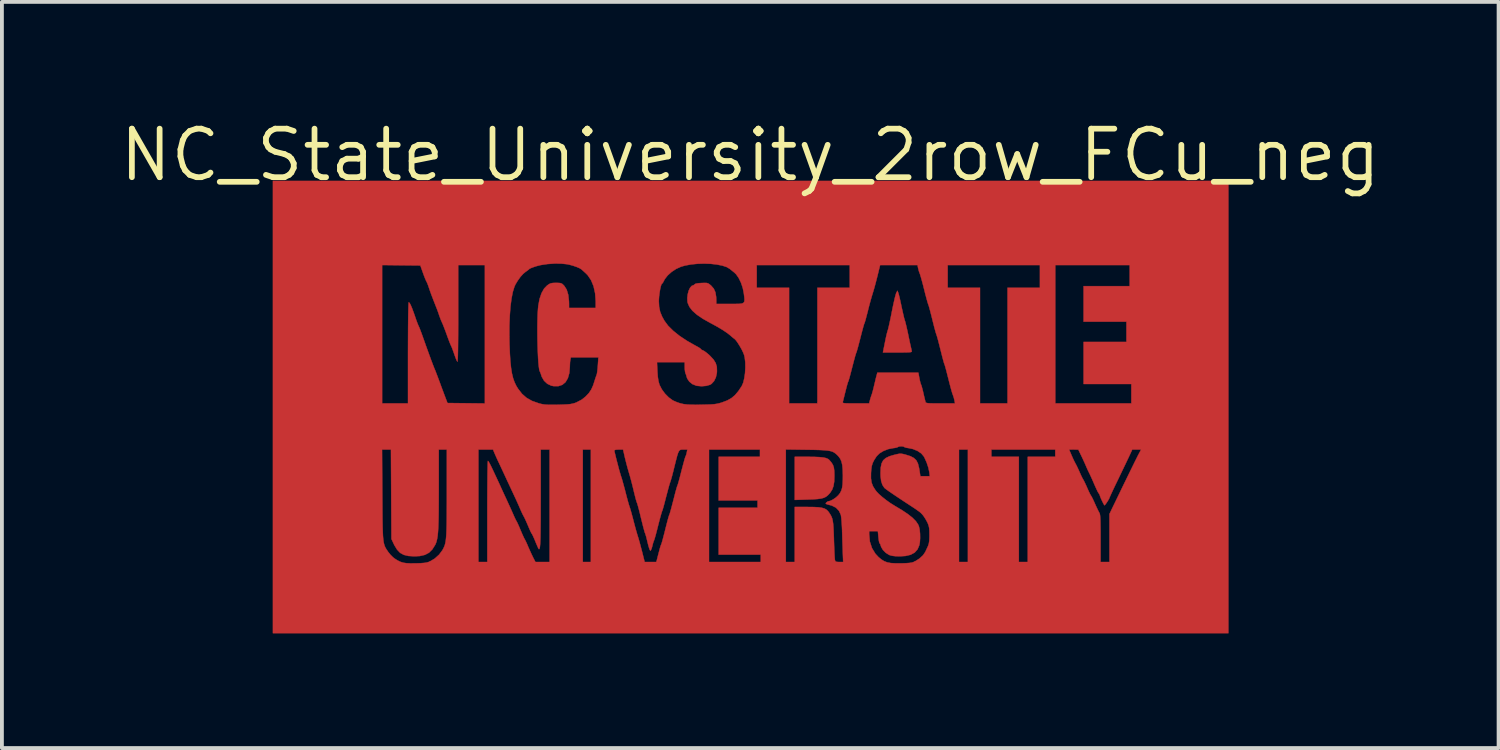
<source format=kicad_pcb>
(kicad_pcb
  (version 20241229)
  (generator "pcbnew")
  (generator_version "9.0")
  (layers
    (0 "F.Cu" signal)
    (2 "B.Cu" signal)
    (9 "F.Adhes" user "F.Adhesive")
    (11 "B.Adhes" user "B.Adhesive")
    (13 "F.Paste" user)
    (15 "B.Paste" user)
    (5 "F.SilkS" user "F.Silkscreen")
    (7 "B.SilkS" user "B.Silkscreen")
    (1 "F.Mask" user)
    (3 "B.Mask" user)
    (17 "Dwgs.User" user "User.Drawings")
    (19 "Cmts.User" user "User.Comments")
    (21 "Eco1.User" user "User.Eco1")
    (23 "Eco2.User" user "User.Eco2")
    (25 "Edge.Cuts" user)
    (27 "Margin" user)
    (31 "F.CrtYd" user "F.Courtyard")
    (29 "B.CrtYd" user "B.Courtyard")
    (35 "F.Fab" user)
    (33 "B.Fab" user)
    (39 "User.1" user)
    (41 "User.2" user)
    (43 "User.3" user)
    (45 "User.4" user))
  (footprint "NC_State_University_2row_FCu_neg"
    (layer "F.Cu")
    (at 16.578 1.006)
    (property "Reference" "NC_State_University_2row_FCu_neg" (at 0 0 0) (layer "F.SilkS") (effects (font (size 1.27 1.27) (thickness 0.15))))
    (attr through_hole)
    (fp_poly (pts (xy 1.519 7.895) (xy 1.685 7.897) (xy 1.815 7.903) (xy 1.913 7.913) (xy 1.985 7.929) (xy 2.036 7.952) (xy 2.07 7.98) (xy 2.126 8.047) (xy 2.164 8.109) (xy 2.187 8.176) (xy 2.198 8.262) (xy 2.201 8.376) (xy 2.201 8.399) (xy 2.196 8.546) (xy 2.177 8.661) (xy 2.143 8.754) (xy 2.091 8.835) (xy 2.079 8.849) (xy 2.031 8.9) (xy 1.983 8.939) (xy 1.927 8.967) (xy 1.857 8.986) (xy 1.764 8.999) (xy 1.643 9.007) (xy 1.508 9.012) (xy 1.164 9.023) (xy 1.164 7.895) (xy 1.519 7.895)) (stroke (width 0.01) (type solid)) (fill yes) (layer "F.Cu"))
    (fp_poly (pts (xy 3.871 3.6) (xy 3.883 3.638) (xy 3.901 3.709) (xy 3.923 3.804) (xy 3.947 3.915) (xy 3.958 3.969) (xy 3.983 4.082) (xy 4.006 4.184) (xy 4.025 4.265) (xy 4.04 4.317) (xy 4.044 4.329) (xy 4.055 4.363) (xy 4.072 4.43) (xy 4.094 4.524) (xy 4.119 4.636) (xy 4.139 4.731) (xy 4.164 4.851) (xy 4.187 4.959) (xy 4.207 5.046) (xy 4.22 5.105) (xy 4.225 5.128) (xy 4.226 5.141) (xy 4.217 5.15) (xy 4.192 5.157) (xy 4.146 5.161) (xy 4.072 5.164) (xy 3.966 5.165) (xy 3.853 5.165) (xy 3.471 5.165) (xy 3.481 5.117) (xy 3.489 5.077) (xy 3.503 5.006) (xy 3.521 4.917) (xy 3.535 4.847) (xy 3.555 4.751) (xy 3.575 4.667) (xy 3.591 4.606) (xy 3.599 4.583) (xy 3.609 4.55) (xy 3.625 4.482) (xy 3.646 4.387) (xy 3.671 4.27) (xy 3.697 4.14) (xy 3.704 4.102) (xy 3.731 3.968) (xy 3.758 3.845) (xy 3.782 3.739) (xy 3.803 3.66) (xy 3.817 3.613) (xy 3.82 3.607) (xy 3.85 3.549) (xy 3.871 3.6)) (stroke (width 0.01) (type solid)) (fill yes) (layer "F.Cu"))
    (fp_poly (pts (xy 12.509 12.509) (xy -12.488 12.509) (xy -12.488 7.705) (xy -9.633 7.705) (xy -9.626 8.885) (xy -9.624 9.15) (xy -9.623 9.376) (xy -9.621 9.567) (xy -9.618 9.726) (xy -9.614 9.858) (xy -9.609 9.966) (xy -9.601 10.053) (xy -9.592 10.123) (xy -9.579 10.18) (xy -9.564 10.228) (xy -9.545 10.269) (xy -9.523 10.308) (xy -9.496 10.348) (xy -9.472 10.384) (xy -9.414 10.456) (xy -9.348 10.522) (xy -9.307 10.555) (xy -9.227 10.606) (xy -9.156 10.641) (xy -9.082 10.665) (xy -8.997 10.678) (xy -8.89 10.683) (xy -8.751 10.682) (xy -8.742 10.682) (xy -8.62 10.678) (xy -8.53 10.671) (xy -8.463 10.66) (xy -8.407 10.644) (xy -8.379 10.632) (xy -8.254 10.557) (xy -8.14 10.454) (xy -8.055 10.34) (xy -8.031 10.297) (xy -8.011 10.255) (xy -7.993 10.21) (xy -7.979 10.158) (xy -7.967 10.096) (xy -7.958 10.019) (xy -7.951 9.926) (xy -7.946 9.811) (xy -7.942 9.671) (xy -7.94 9.503) (xy -7.939 9.303) (xy -7.938 9.067) (xy -7.938 8.842) (xy -7.938 7.705) (xy -7.112 7.705) (xy -7.112 10.647) (xy -6.879 10.647) (xy -6.879 9.324) (xy -6.879 9.092) (xy -6.878 8.872) (xy -6.877 8.669) (xy -6.875 8.487) (xy -6.874 8.328) (xy -6.871 8.196) (xy -6.869 8.096) (xy -6.866 8.03) (xy -6.863 8.002) (xy -6.863 8.001) (xy -6.849 8.016) (xy -6.821 8.063) (xy -6.78 8.143) (xy -6.725 8.258) (xy -6.655 8.408) (xy -6.568 8.595) (xy -6.54 8.657) (xy -6.488 8.771) (xy -6.433 8.891) (xy -6.382 9) (xy -6.35 9.07) (xy -6.302 9.174) (xy -6.25 9.289) (xy -6.205 9.391) (xy -6.202 9.398) (xy -6.168 9.475) (xy -6.138 9.538) (xy -6.118 9.575) (xy -6.115 9.579) (xy -6.1 9.607) (xy -6.073 9.665) (xy -6.038 9.744) (xy -6.01 9.812) (xy -5.972 9.901) (xy -5.939 9.975) (xy -5.915 10.026) (xy -5.905 10.044) (xy -5.889 10.073) (xy -5.861 10.13) (xy -5.827 10.206) (xy -5.811 10.246) (xy -5.768 10.342) (xy -5.724 10.439) (xy -5.685 10.52) (xy -5.677 10.536) (xy -5.62 10.647) (xy -5.435 10.647) (xy -5.249 10.647) (xy -5.249 7.705) (xy -4.381 7.705) (xy -4.381 10.647) (xy -4.17 10.647) (xy -4.17 7.728) (xy -3.556 7.728) (xy -3.551 7.759) (xy -3.536 7.823) (xy -3.515 7.91) (xy -3.489 8.012) (xy -3.461 8.119) (xy -3.434 8.222) (xy -3.408 8.314) (xy -3.387 8.385) (xy -3.374 8.424) (xy -3.359 8.47) (xy -3.337 8.548) (xy -3.309 8.649) (xy -3.278 8.764) (xy -3.262 8.827) (xy -3.232 8.943) (xy -3.204 9.048) (xy -3.18 9.133) (xy -3.162 9.191) (xy -3.156 9.208) (xy -3.143 9.247) (xy -3.122 9.318) (xy -3.096 9.412) (xy -3.067 9.52) (xy -3.058 9.557) (xy -3.027 9.675) (xy -2.996 9.789) (xy -2.968 9.887) (xy -2.947 9.959) (xy -2.943 9.97) (xy -2.923 10.035) (xy -2.896 10.129) (xy -2.866 10.241) (xy -2.836 10.356) (xy -2.833 10.366) (xy -2.762 10.647) (xy -2.457 10.647) (xy -2.436 10.567) (xy -2.42 10.503) (xy -2.398 10.419) (xy -2.381 10.354) (xy -2.361 10.278) (xy -2.341 10.216) (xy -2.328 10.184) (xy -2.317 10.153) (xy -2.298 10.088) (xy -2.274 9.997) (xy -2.245 9.887) (xy -2.221 9.79) (xy -2.191 9.671) (xy -2.164 9.567) (xy -2.141 9.483) (xy -2.124 9.428) (xy -2.116 9.409) (xy -2.106 9.382) (xy -2.088 9.321) (xy -2.064 9.234) (xy -2.036 9.126) (xy -2.01 9.028) (xy -1.98 8.909) (xy -1.953 8.805) (xy -1.929 8.721) (xy -1.913 8.666) (xy -1.905 8.647) (xy -1.895 8.62) (xy -1.877 8.559) (xy -1.853 8.472) (xy -1.825 8.364) (xy -1.8 8.266) (xy -1.769 8.147) (xy -1.741 8.043) (xy -1.718 7.959) (xy -1.701 7.904) (xy -1.693 7.885) (xy -1.678 7.851) (xy -1.663 7.796) (xy -1.661 7.784) (xy -1.646 7.705) (xy -1.079 7.705) (xy -1.079 10.647) (xy 0.275 10.647) (xy 0.931 10.647) (xy 1.164 10.647) (xy 1.164 9.207) (xy 1.502 9.207) (xy 1.659 9.209) (xy 1.781 9.215) (xy 1.872 9.228) (xy 1.941 9.248) (xy 1.994 9.278) (xy 2.036 9.319) (xy 2.061 9.352) (xy 2.095 9.404) (xy 2.122 9.453) (xy 2.143 9.506) (xy 2.158 9.569) (xy 2.169 9.647) (xy 2.177 9.748) (xy 2.183 9.878) (xy 2.189 10.043) (xy 2.189 10.065) (xy 2.194 10.207) (xy 2.199 10.337) (xy 2.204 10.448) (xy 2.209 10.533) (xy 2.214 10.587) (xy 2.216 10.599) (xy 2.228 10.628) (xy 2.256 10.643) (xy 2.312 10.647) (xy 2.329 10.647) (xy 2.431 10.647) (xy 2.422 10.419) (xy 2.419 10.313) (xy 2.414 10.18) (xy 2.409 10.034) (xy 2.405 9.891) (xy 2.404 9.852) (xy 2.404 9.842) (xy 3.111 9.842) (xy 3.111 9.923) (xy 3.129 10.114) (xy 3.184 10.283) (xy 3.274 10.431) (xy 3.356 10.519) (xy 3.431 10.581) (xy 3.504 10.626) (xy 3.584 10.657) (xy 3.68 10.675) (xy 3.801 10.682) (xy 3.954 10.682) (xy 3.958 10.682) (xy 4.076 10.678) (xy 4.16 10.672) (xy 4.222 10.663) (xy 4.271 10.648) (xy 4.312 10.63) (xy 4.428 10.556) (xy 4.52 10.471) (xy 4.58 10.383) (xy 4.58 10.382) (xy 4.613 10.311) (xy 4.648 10.236) (xy 4.651 10.229) (xy 4.671 10.171) (xy 4.683 10.096) (xy 4.688 9.993) (xy 4.688 9.938) (xy 4.687 9.834) (xy 4.681 9.759) (xy 4.669 9.7) (xy 4.648 9.642) (xy 4.632 9.607) (xy 4.589 9.528) (xy 4.54 9.452) (xy 4.511 9.414) (xy 4.491 9.392) (xy 4.472 9.372) (xy 4.45 9.352) (xy 4.421 9.328) (xy 4.379 9.299) (xy 4.323 9.259) (xy 4.246 9.208) (xy 4.144 9.141) (xy 4.014 9.056) (xy 3.916 8.991) (xy 3.803 8.916) (xy 3.7 8.846) (xy 3.613 8.786) (xy 3.549 8.739) (xy 3.513 8.711) (xy 3.509 8.707) (xy 3.458 8.629) (xy 3.425 8.53) (xy 3.41 8.402) (xy 3.408 8.322) (xy 3.414 8.178) (xy 3.436 8.069) (xy 3.478 7.988) (xy 3.545 7.928) (xy 3.642 7.881) (xy 3.749 7.849) (xy 3.837 7.827) (xy 3.898 7.815) (xy 3.948 7.814) (xy 3.999 7.822) (xy 4.066 7.839) (xy 4.068 7.84) (xy 4.191 7.879) (xy 4.28 7.926) (xy 4.344 7.987) (xy 4.387 8.071) (xy 4.416 8.186) (xy 4.429 8.26) (xy 4.45 8.403) (xy 4.698 8.403) (xy 4.686 8.303) (xy 4.66 8.179) (xy 4.615 8.043) (xy 4.558 7.916) (xy 4.54 7.884) (xy 4.474 7.806) (xy 4.377 7.741) (xy 4.29 7.705) (xy 5.461 7.705) (xy 5.461 10.647) (xy 5.694 10.647) (xy 5.694 7.705) (xy 6.308 7.705) (xy 6.308 7.895) (xy 7.027 7.895) (xy 7.027 10.647) (xy 7.26 10.647) (xy 7.26 7.895) (xy 7.98 7.895) (xy 7.98 7.705) (xy 8.342 7.705) (xy 8.404 7.851) (xy 8.441 7.935) (xy 8.478 8.013) (xy 8.507 8.068) (xy 8.507 8.068) (xy 8.536 8.122) (xy 8.573 8.2) (xy 8.612 8.285) (xy 8.617 8.297) (xy 8.652 8.376) (xy 8.684 8.442) (xy 8.706 8.483) (xy 8.71 8.488) (xy 8.728 8.52) (xy 8.758 8.582) (xy 8.795 8.661) (xy 8.816 8.71) (xy 8.853 8.793) (xy 8.885 8.859) (xy 8.907 8.902) (xy 8.915 8.912) (xy 8.929 8.935) (xy 8.957 8.988) (xy 8.992 9.063) (xy 9.019 9.124) (xy 9.059 9.212) (xy 9.096 9.29) (xy 9.125 9.346) (xy 9.136 9.366) (xy 9.145 9.387) (xy 9.152 9.426) (xy 9.157 9.486) (xy 9.161 9.572) (xy 9.163 9.688) (xy 9.165 9.838) (xy 9.165 10.026) (xy 9.165 10.027) (xy 9.165 10.647) (xy 9.398 10.647) (xy 9.398 9.391) (xy 9.485 9.209) (xy 9.571 9.032) (xy 9.659 8.85) (xy 9.746 8.669) (xy 9.832 8.493) (xy 9.913 8.327) (xy 9.987 8.176) (xy 10.051 8.045) (xy 10.104 7.939) (xy 10.142 7.862) (xy 10.161 7.826) (xy 10.225 7.705) (xy 9.994 7.705) (xy 9.948 7.805) (xy 9.914 7.878) (xy 9.866 7.979) (xy 9.803 8.111) (xy 9.724 8.275) (xy 9.629 8.474) (xy 9.548 8.641) (xy 9.498 8.746) (xy 9.455 8.838) (xy 9.422 8.91) (xy 9.402 8.955) (xy 9.398 8.966) (xy 9.387 8.992) (xy 9.361 9.038) (xy 9.328 9.09) (xy 9.295 9.136) (xy 9.273 9.162) (xy 9.269 9.164) (xy 9.255 9.147) (xy 9.231 9.103) (xy 9.202 9.044) (xy 9.174 8.983) (xy 9.153 8.93) (xy 9.144 8.9) (xy 9.144 8.9) (xy 9.132 8.871) (xy 9.116 8.849) (xy 9.095 8.816) (xy 9.064 8.753) (xy 9.028 8.674) (xy 9.011 8.636) (xy 8.968 8.536) (xy 8.922 8.433) (xy 8.881 8.345) (xy 8.873 8.329) (xy 8.833 8.247) (xy 8.797 8.167) (xy 8.776 8.117) (xy 8.75 8.058) (xy 8.712 7.975) (xy 8.671 7.887) (xy 8.662 7.869) (xy 8.583 7.706) (xy 8.342 7.705) (xy 7.98 7.705) (xy 6.308 7.705) (xy 5.694 7.705) (xy 5.461 7.705) (xy 4.29 7.705) (xy 4.26 7.692) (xy 4.152 7.669) (xy 4.088 7.659) (xy 4.043 7.646) (xy 4.03 7.638) (xy 4.002 7.625) (xy 3.953 7.62) (xy 3.901 7.624) (xy 3.868 7.635) (xy 3.865 7.638) (xy 3.839 7.65) (xy 3.785 7.662) (xy 3.738 7.668) (xy 3.607 7.694) (xy 3.485 7.742) (xy 3.381 7.805) (xy 3.308 7.878) (xy 3.304 7.883) (xy 3.242 7.979) (xy 3.202 8.059) (xy 3.178 8.139) (xy 3.165 8.233) (xy 3.159 8.321) (xy 3.158 8.458) (xy 3.174 8.568) (xy 3.21 8.664) (xy 3.27 8.76) (xy 3.304 8.805) (xy 3.366 8.87) (xy 3.454 8.947) (xy 3.558 9.029) (xy 3.667 9.107) (xy 3.773 9.173) (xy 3.778 9.176) (xy 3.97 9.291) (xy 4.124 9.394) (xy 4.244 9.489) (xy 4.332 9.578) (xy 4.39 9.663) (xy 4.412 9.713) (xy 4.431 9.796) (xy 4.442 9.905) (xy 4.444 10.022) (xy 4.437 10.131) (xy 4.423 10.207) (xy 4.376 10.317) (xy 4.301 10.4) (xy 4.197 10.457) (xy 4.061 10.489) (xy 3.916 10.498) (xy 3.799 10.495) (xy 3.714 10.485) (xy 3.648 10.467) (xy 3.629 10.459) (xy 3.544 10.405) (xy 3.472 10.332) (xy 3.425 10.253) (xy 3.415 10.221) (xy 3.401 10.177) (xy 3.386 10.16) (xy 3.376 10.141) (xy 3.365 10.089) (xy 3.356 10.016) (xy 3.354 10.001) (xy 3.339 9.842) (xy 3.111 9.842) (xy 2.404 9.842) (xy 2.399 9.728) (xy 2.392 9.61) (xy 2.384 9.51) (xy 2.374 9.436) (xy 2.37 9.413) (xy 2.322 9.309) (xy 2.243 9.226) (xy 2.136 9.172) (xy 2.112 9.165) (xy 2.035 9.145) (xy 1.991 9.131) (xy 1.975 9.119) (xy 1.979 9.104) (xy 1.99 9.091) (xy 2.026 9.064) (xy 2.046 9.059) (xy 2.1 9.045) (xy 2.17 9.009) (xy 2.242 8.959) (xy 2.301 8.904) (xy 2.302 8.904) (xy 2.348 8.845) (xy 2.381 8.782) (xy 2.403 8.709) (xy 2.416 8.616) (xy 2.422 8.495) (xy 2.423 8.382) (xy 2.419 8.23) (xy 2.408 8.112) (xy 2.387 8.019) (xy 2.354 7.945) (xy 2.306 7.88) (xy 2.269 7.842) (xy 2.229 7.807) (xy 2.189 7.779) (xy 2.144 7.758) (xy 2.088 7.742) (xy 2.015 7.73) (xy 1.921 7.722) (xy 1.8 7.716) (xy 1.646 7.712) (xy 1.487 7.71) (xy 0.931 7.702) (xy 0.931 10.647) (xy 0.275 10.647) (xy 0.275 10.456) (xy -0.826 10.456) (xy -0.826 9.229) (xy 0.191 9.229) (xy 0.191 9.038) (xy -0.826 9.038) (xy -0.826 7.895) (xy 0.254 7.895) (xy 0.254 7.705) (xy -1.079 7.705) (xy -1.646 7.705) (xy -1.749 7.705) (xy -1.79 7.705) (xy -1.821 7.71) (xy -1.847 7.724) (xy -1.869 7.752) (xy -1.89 7.799) (xy -1.913 7.871) (xy -1.939 7.971) (xy -1.973 8.106) (xy -1.989 8.17) (xy -2.018 8.288) (xy -2.045 8.393) (xy -2.069 8.477) (xy -2.085 8.532) (xy -2.092 8.551) (xy -2.103 8.582) (xy -2.122 8.645) (xy -2.147 8.736) (xy -2.176 8.845) (xy -2.202 8.943) (xy -2.232 9.06) (xy -2.259 9.163) (xy -2.282 9.244) (xy -2.298 9.296) (xy -2.305 9.313) (xy -2.314 9.336) (xy -2.331 9.394) (xy -2.355 9.479) (xy -2.383 9.585) (xy -2.411 9.694) (xy -2.441 9.814) (xy -2.469 9.921) (xy -2.493 10.006) (xy -2.511 10.064) (xy -2.519 10.086) (xy -2.532 10.117) (xy -2.549 10.175) (xy -2.562 10.229) (xy -2.58 10.294) (xy -2.6 10.338) (xy -2.613 10.351) (xy -2.628 10.331) (xy -2.647 10.279) (xy -2.669 10.202) (xy -2.686 10.134) (xy -2.708 10.042) (xy -2.728 9.965) (xy -2.744 9.912) (xy -2.751 9.895) (xy -2.761 9.869) (xy -2.778 9.808) (xy -2.802 9.72) (xy -2.829 9.612) (xy -2.856 9.504) (xy -2.885 9.382) (xy -2.913 9.273) (xy -2.937 9.184) (xy -2.954 9.123) (xy -2.964 9.097) (xy -2.976 9.064) (xy -2.995 8.999) (xy -3.018 8.909) (xy -3.044 8.805) (xy -3.049 8.78) (xy -3.08 8.654) (xy -3.114 8.522) (xy -3.147 8.4) (xy -3.174 8.308) (xy -3.207 8.195) (xy -3.242 8.064) (xy -3.273 7.94) (xy -3.28 7.911) (xy -3.327 7.705) (xy -3.441 7.705) (xy -3.51 7.709) (xy -3.549 7.719) (xy -3.556 7.728) (xy -4.17 7.728) (xy -4.17 7.705) (xy -4.381 7.705) (xy -5.249 7.705) (xy -5.482 7.705) (xy -5.482 8.98) (xy -5.483 9.259) (xy -5.483 9.498) (xy -5.485 9.7) (xy -5.487 9.868) (xy -5.489 10.004) (xy -5.493 10.112) (xy -5.497 10.193) (xy -5.503 10.251) (xy -5.51 10.288) (xy -5.518 10.307) (xy -5.528 10.31) (xy -5.535 10.305) (xy -5.548 10.281) (xy -5.572 10.227) (xy -5.604 10.153) (xy -5.623 10.105) (xy -5.658 10.022) (xy -5.688 9.956) (xy -5.709 9.915) (xy -5.716 9.906) (xy -5.73 9.883) (xy -5.756 9.83) (xy -5.789 9.755) (xy -5.81 9.705) (xy -5.849 9.614) (xy -5.886 9.532) (xy -5.916 9.47) (xy -5.927 9.451) (xy -5.955 9.398) (xy -5.99 9.323) (xy -6.022 9.25) (xy -6.06 9.162) (xy -6.107 9.057) (xy -6.154 8.955) (xy -6.16 8.943) (xy -6.198 8.861) (xy -6.248 8.754) (xy -6.305 8.632) (xy -6.363 8.508) (xy -6.382 8.467) (xy -6.437 8.348) (xy -6.493 8.228) (xy -6.543 8.121) (xy -6.583 8.036) (xy -6.595 8.012) (xy -6.634 7.927) (xy -6.67 7.846) (xy -6.696 7.786) (xy -6.697 7.784) (xy -6.729 7.705) (xy -7.112 7.705) (xy -7.938 7.705) (xy -8.149 7.705) (xy -8.149 8.727) (xy -8.15 9.001) (xy -8.151 9.236) (xy -8.153 9.437) (xy -8.157 9.605) (xy -8.162 9.745) (xy -8.169 9.861) (xy -8.178 9.955) (xy -8.19 10.032) (xy -8.204 10.095) (xy -8.22 10.147) (xy -8.24 10.192) (xy -8.244 10.2) (xy -8.318 10.318) (xy -8.405 10.404) (xy -8.512 10.46) (xy -8.645 10.491) (xy -8.789 10.498) (xy -8.942 10.489) (xy -9.063 10.46) (xy -9.16 10.407) (xy -9.239 10.324) (xy -9.31 10.208) (xy -9.328 10.171) (xy -9.387 10.044) (xy -9.4 7.705) (xy -9.633 7.705) (xy -12.488 7.705) (xy -12.488 6.498) (xy -9.631 6.498) (xy -8.954 6.498) (xy -8.954 5.175) (xy -8.953 4.931) (xy -8.952 4.703) (xy -8.951 4.495) (xy -8.949 4.311) (xy -8.947 4.154) (xy -8.944 4.026) (xy -8.941 3.931) (xy -8.938 3.872) (xy -8.935 3.852) (xy -8.914 3.868) (xy -8.886 3.918) (xy -8.85 4.003) (xy -8.804 4.126) (xy -8.773 4.215) (xy -8.741 4.309) (xy -8.711 4.391) (xy -8.687 4.45) (xy -8.676 4.475) (xy -8.66 4.509) (xy -8.634 4.575) (xy -8.601 4.662) (xy -8.565 4.762) (xy -8.562 4.771) (xy -8.478 5.008) (xy -8.407 5.204) (xy -8.349 5.362) (xy -8.304 5.481) (xy -8.273 5.561) (xy -8.262 5.588) (xy -8.242 5.635) (xy -8.212 5.713) (xy -8.175 5.81) (xy -8.135 5.917) (xy -8.127 5.937) (xy -8.085 6.053) (xy -8.042 6.168) (xy -8.004 6.27) (xy -7.975 6.346) (xy -7.974 6.35) (xy -7.921 6.488) (xy -6.943 6.499) (xy -6.943 4.74) (xy -6.303 4.74) (xy -6.299 4.951) (xy -6.289 5.191) (xy -6.276 5.395) (xy -6.258 5.567) (xy -6.235 5.712) (xy -6.205 5.836) (xy -6.167 5.943) (xy -6.121 6.039) (xy -6.075 6.114) (xy -5.97 6.249) (xy -5.851 6.353) (xy -5.709 6.433) (xy -5.536 6.494) (xy -5.518 6.5) (xy -5.45 6.516) (xy -5.384 6.527) (xy -5.308 6.533) (xy -5.214 6.535) (xy -5.091 6.534) (xy -5.027 6.533) (xy -4.893 6.529) (xy -4.791 6.524) (xy -4.714 6.517) (xy -4.652 6.505) (xy -4.595 6.49) (xy -4.553 6.475) (xy -4.406 6.398) (xy -4.307 6.318) (xy -4.222 6.228) (xy -4.159 6.134) (xy -4.109 6.022) (xy -4.075 5.916) (xy -4.052 5.843) (xy -4.031 5.782) (xy -4.02 5.753) (xy -4.01 5.717) (xy -4 5.649) (xy -3.991 5.562) (xy -3.987 5.504) (xy -3.981 5.419) (xy -2.44 5.419) (xy -2.429 5.657) (xy -2.419 5.801) (xy -2.402 5.912) (xy -2.377 6.003) (xy -2.373 6.014) (xy -2.314 6.129) (xy -2.231 6.242) (xy -2.133 6.341) (xy -2.032 6.415) (xy -2.003 6.43) (xy -1.915 6.468) (xy -1.831 6.496) (xy -1.744 6.516) (xy -1.645 6.528) (xy -1.525 6.533) (xy -1.376 6.534) (xy -1.281 6.532) (xy -1.138 6.529) (xy -1.03 6.525) (xy -0.946 6.519) (xy -0.878 6.509) (xy -0.818 6.496) (xy -0.755 6.478) (xy -0.737 6.472) (xy -0.602 6.421) (xy -0.493 6.36) (xy -0.399 6.281) (xy -0.311 6.177) (xy -0.222 6.044) (xy -0.184 5.957) (xy -0.156 5.84) (xy -0.136 5.704) (xy -0.128 5.56) (xy -0.13 5.42) (xy -0.145 5.294) (xy -0.16 5.231) (xy -0.186 5.165) (xy -0.225 5.084) (xy -0.274 4.998) (xy -0.324 4.918) (xy -0.37 4.853) (xy -0.406 4.815) (xy -0.411 4.811) (xy -0.443 4.787) (xy -0.492 4.746) (xy -0.521 4.72) (xy -0.602 4.656) (xy -0.716 4.579) (xy -0.858 4.494) (xy -1.022 4.404) (xy -1.048 4.391) (xy -1.243 4.281) (xy -1.397 4.176) (xy -1.513 4.073) (xy -1.592 3.971) (xy -1.636 3.869) (xy -1.643 3.835) (xy -1.647 3.737) (xy -1.635 3.639) (xy -1.61 3.547) (xy -1.574 3.472) (xy -1.531 3.423) (xy -1.49 3.408) (xy -1.46 3.391) (xy -1.455 3.382) (xy -1.429 3.366) (xy -1.363 3.354) (xy -1.279 3.348) (xy -1.194 3.345) (xy -1.139 3.347) (xy -1.099 3.359) (xy -1.063 3.383) (xy -1.023 3.417) (xy -0.955 3.495) (xy -0.912 3.59) (xy -0.892 3.711) (xy -0.889 3.788) (xy -0.889 3.895) (xy -0.53 3.895) (xy -0.391 3.895) (xy -0.289 3.893) (xy -0.219 3.885) (xy -0.176 3.866) (xy -0.155 3.834) (xy -0.15 3.784) (xy -0.156 3.711) (xy -0.168 3.619) (xy -0.196 3.476) (xy -0.243 3.338) (xy -0.303 3.215) (xy -0.371 3.118) (xy -0.417 3.074) (xy -0.474 3.028) (xy -0.525 2.987) (xy -0.534 2.979) (xy -0.617 2.93) (xy -0.733 2.892) (xy -0.801 2.879) (xy 0.169 2.879) (xy 0.169 3.471) (xy 1.016 3.471) (xy 1.016 6.498) (xy 1.757 6.498) (xy 1.757 6.475) (xy 2.42 6.475) (xy 2.43 6.485) (xy 2.456 6.491) (xy 2.505 6.495) (xy 2.581 6.497) (xy 2.692 6.498) (xy 2.76 6.498) (xy 3.11 6.498) (xy 3.133 6.408) (xy 3.152 6.342) (xy 3.171 6.287) (xy 3.175 6.276) (xy 3.188 6.237) (xy 3.207 6.169) (xy 3.229 6.083) (xy 3.238 6.043) (xy 3.261 5.948) (xy 3.282 5.858) (xy 3.299 5.79) (xy 3.304 5.773) (xy 3.325 5.694) (xy 4.398 5.694) (xy 4.424 5.837) (xy 4.44 5.912) (xy 4.455 5.971) (xy 4.466 6.001) (xy 4.478 6.029) (xy 4.495 6.089) (xy 4.516 6.17) (xy 4.528 6.223) (xy 4.549 6.314) (xy 4.568 6.392) (xy 4.581 6.446) (xy 4.585 6.461) (xy 4.592 6.474) (xy 4.609 6.484) (xy 4.642 6.491) (xy 4.696 6.495) (xy 4.777 6.497) (xy 4.891 6.498) (xy 4.977 6.498) (xy 5.357 6.498) (xy 5.343 6.419) (xy 5.325 6.346) (xy 5.302 6.278) (xy 5.301 6.276) (xy 5.286 6.234) (xy 5.264 6.16) (xy 5.237 6.061) (xy 5.207 5.947) (xy 5.186 5.863) (xy 5.156 5.745) (xy 5.129 5.638) (xy 5.105 5.551) (xy 5.088 5.492) (xy 5.08 5.472) (xy 5.068 5.438) (xy 5.049 5.37) (xy 5.024 5.277) (xy 4.996 5.166) (xy 4.974 5.08) (xy 4.944 4.961) (xy 4.917 4.855) (xy 4.893 4.768) (xy 4.875 4.709) (xy 4.868 4.688) (xy 4.856 4.654) (xy 4.837 4.587) (xy 4.812 4.494) (xy 4.784 4.383) (xy 4.763 4.297) (xy 4.733 4.179) (xy 4.706 4.074) (xy 4.683 3.99) (xy 4.667 3.934) (xy 4.659 3.915) (xy 4.649 3.885) (xy 4.63 3.821) (xy 4.605 3.73) (xy 4.576 3.621) (xy 4.552 3.524) (xy 4.521 3.401) (xy 4.491 3.289) (xy 4.465 3.196) (xy 4.445 3.129) (xy 4.435 3.101) (xy 4.411 3.035) (xy 4.392 2.961) (xy 4.391 2.958) (xy 4.377 2.879) (xy 5.165 2.879) (xy 5.165 3.471) (xy 6.011 3.471) (xy 6.011 6.498) (xy 6.731 6.498) (xy 6.731 3.471) (xy 7.578 3.471) (xy 7.578 2.879) (xy 7.98 2.879) (xy 7.98 6.498) (xy 9.97 6.498) (xy 9.97 5.99) (xy 8.721 5.99) (xy 8.721 4.889) (xy 9.842 4.889) (xy 9.842 4.36) (xy 8.721 4.36) (xy 8.721 3.429) (xy 9.927 3.429) (xy 9.927 2.879) (xy 7.98 2.879) (xy 7.578 2.879) (xy 5.165 2.879) (xy 4.377 2.879) (xy 3.887 2.879) (xy 3.397 2.879) (xy 3.326 3.17) (xy 3.295 3.291) (xy 3.263 3.412) (xy 3.233 3.52) (xy 3.208 3.602) (xy 3.206 3.609) (xy 3.183 3.684) (xy 3.153 3.788) (xy 3.12 3.909) (xy 3.087 4.035) (xy 3.078 4.075) (xy 3.049 4.185) (xy 3.024 4.28) (xy 3.004 4.352) (xy 2.99 4.395) (xy 2.986 4.403) (xy 2.977 4.426) (xy 2.96 4.483) (xy 2.937 4.568) (xy 2.909 4.674) (xy 2.881 4.784) (xy 2.85 4.904) (xy 2.822 5.01) (xy 2.798 5.095) (xy 2.781 5.153) (xy 2.772 5.175) (xy 2.762 5.202) (xy 2.744 5.262) (xy 2.72 5.35) (xy 2.692 5.457) (xy 2.666 5.556) (xy 2.636 5.674) (xy 2.609 5.776) (xy 2.586 5.857) (xy 2.57 5.91) (xy 2.563 5.927) (xy 2.553 5.95) (xy 2.536 6.007) (xy 2.515 6.087) (xy 2.491 6.181) (xy 2.466 6.28) (xy 2.445 6.366) (xy 2.429 6.43) (xy 2.421 6.461) (xy 2.42 6.475) (xy 1.757 6.475) (xy 1.757 3.471) (xy 2.603 3.471) (xy 2.603 2.879) (xy 0.169 2.879) (xy -0.801 2.879) (xy -0.876 2.864) (xy -1.036 2.846) (xy -1.207 2.84) (xy -1.38 2.845) (xy -1.549 2.862) (xy -1.705 2.891) (xy -1.81 2.921) (xy -1.937 2.978) (xy -2.057 3.057) (xy -2.16 3.149) (xy -2.235 3.245) (xy -2.255 3.283) (xy -2.281 3.333) (xy -2.303 3.363) (xy -2.309 3.365) (xy -2.324 3.385) (xy -2.341 3.437) (xy -2.358 3.513) (xy -2.373 3.604) (xy -2.385 3.699) (xy -2.391 3.789) (xy -2.392 3.827) (xy -2.384 3.974) (xy -2.357 4.102) (xy -2.306 4.227) (xy -2.246 4.335) (xy -2.15 4.465) (xy -2.016 4.598) (xy -1.849 4.732) (xy -1.653 4.862) (xy -1.433 4.987) (xy -1.413 4.997) (xy -1.35 5.032) (xy -1.306 5.061) (xy -1.291 5.078) (xy -1.273 5.096) (xy -1.239 5.11) (xy -1.201 5.13) (xy -1.143 5.173) (xy -1.076 5.23) (xy -1.05 5.255) (xy -0.96 5.352) (xy -0.904 5.443) (xy -0.875 5.539) (xy -0.871 5.653) (xy -0.874 5.701) (xy -0.899 5.815) (xy -0.947 5.914) (xy -1.013 5.986) (xy -1.053 6.01) (xy -1.153 6.039) (xy -1.273 6.049) (xy -1.393 6.038) (xy -1.415 6.033) (xy -1.514 5.993) (xy -1.595 5.927) (xy -1.649 5.846) (xy -1.663 5.805) (xy -1.679 5.747) (xy -1.695 5.71) (xy -1.705 5.67) (xy -1.713 5.603) (xy -1.714 5.546) (xy -1.714 5.419) (xy -2.44 5.419) (xy -3.981 5.419) (xy -3.973 5.292) (xy -4.694 5.292) (xy -4.707 5.358) (xy -4.715 5.419) (xy -4.719 5.498) (xy -4.72 5.537) (xy -4.733 5.702) (xy -4.772 5.838) (xy -4.833 5.942) (xy -4.917 6.012) (xy -5.022 6.047) (xy -5.145 6.046) (xy -5.207 6.033) (xy -5.308 5.985) (xy -5.394 5.905) (xy -5.453 5.804) (xy -5.464 5.772) (xy -5.483 5.712) (xy -5.501 5.669) (xy -5.506 5.661) (xy -5.519 5.623) (xy -5.53 5.548) (xy -5.541 5.443) (xy -5.55 5.312) (xy -5.557 5.161) (xy -5.563 4.997) (xy -5.567 4.825) (xy -5.569 4.65) (xy -5.569 4.478) (xy -5.566 4.316) (xy -5.562 4.168) (xy -5.554 4.041) (xy -5.545 3.943) (xy -5.512 3.765) (xy -5.46 3.613) (xy -5.393 3.494) (xy -5.316 3.414) (xy -5.262 3.376) (xy -5.214 3.355) (xy -5.157 3.346) (xy -5.081 3.344) (xy -5.003 3.346) (xy -4.954 3.353) (xy -4.917 3.372) (xy -4.88 3.407) (xy -4.863 3.426) (xy -4.802 3.523) (xy -4.762 3.656) (xy -4.743 3.822) (xy -4.741 3.891) (xy -4.741 4) (xy -4.043 4) (xy -4.043 3.826) (xy -4.058 3.619) (xy -4.099 3.432) (xy -4.166 3.271) (xy -4.256 3.14) (xy -4.301 3.095) (xy -4.354 3.047) (xy -4.396 3.009) (xy -4.411 2.994) (xy -4.46 2.963) (xy -4.538 2.929) (xy -4.633 2.896) (xy -4.734 2.868) (xy -4.794 2.856) (xy -4.949 2.84) (xy -5.126 2.839) (xy -5.308 2.852) (xy -5.48 2.878) (xy -5.602 2.909) (xy -5.681 2.936) (xy -5.743 2.96) (xy -5.778 2.978) (xy -5.782 2.982) (xy -5.803 3.002) (xy -5.848 3.035) (xy -5.876 3.054) (xy -5.941 3.108) (xy -6.014 3.189) (xy -6.083 3.286) (xy -6.142 3.384) (xy -6.17 3.445) (xy -6.212 3.581) (xy -6.246 3.754) (xy -6.273 3.961) (xy -6.291 4.197) (xy -6.302 4.458) (xy -6.303 4.74) (xy -6.943 4.74) (xy -6.943 2.879) (xy -7.641 2.879) (xy -7.641 4.153) (xy -7.641 4.451) (xy -7.642 4.708) (xy -7.644 4.924) (xy -7.646 5.099) (xy -7.649 5.234) (xy -7.653 5.33) (xy -7.657 5.387) (xy -7.662 5.406) (xy -7.663 5.406) (xy -7.679 5.377) (xy -7.704 5.318) (xy -7.733 5.24) (xy -7.748 5.196) (xy -7.778 5.111) (xy -7.804 5.041) (xy -7.824 4.996) (xy -7.829 4.986) (xy -7.842 4.958) (xy -7.866 4.899) (xy -7.897 4.817) (xy -7.933 4.72) (xy -7.936 4.71) (xy -7.974 4.605) (xy -8.011 4.509) (xy -8.042 4.43) (xy -8.064 4.382) (xy -8.064 4.381) (xy -8.092 4.318) (xy -8.123 4.236) (xy -8.139 4.191) (xy -8.162 4.122) (xy -8.197 4.027) (xy -8.238 3.923) (xy -8.266 3.852) (xy -8.308 3.744) (xy -8.351 3.631) (xy -8.387 3.53) (xy -8.403 3.482) (xy -8.429 3.406) (xy -8.453 3.344) (xy -8.47 3.31) (xy -8.471 3.309) (xy -8.486 3.279) (xy -8.511 3.219) (xy -8.542 3.139) (xy -8.561 3.086) (xy -8.631 2.889) (xy -9.131 2.884) (xy -9.631 2.878) (xy -9.631 6.498) (xy -12.488 6.498) (xy -12.488 0.677) (xy 12.509 0.677) (xy 12.509 12.509)) (stroke (width 0.01) (type solid)) (fill yes) (layer "F.Cu")))
  (gr_rect
    (start -3 -3)
    (end 36.156 16.521)
    (stroke (width 0.1) (type default))
    (fill no)
    (layer "Edge.Cuts")))
</source>
